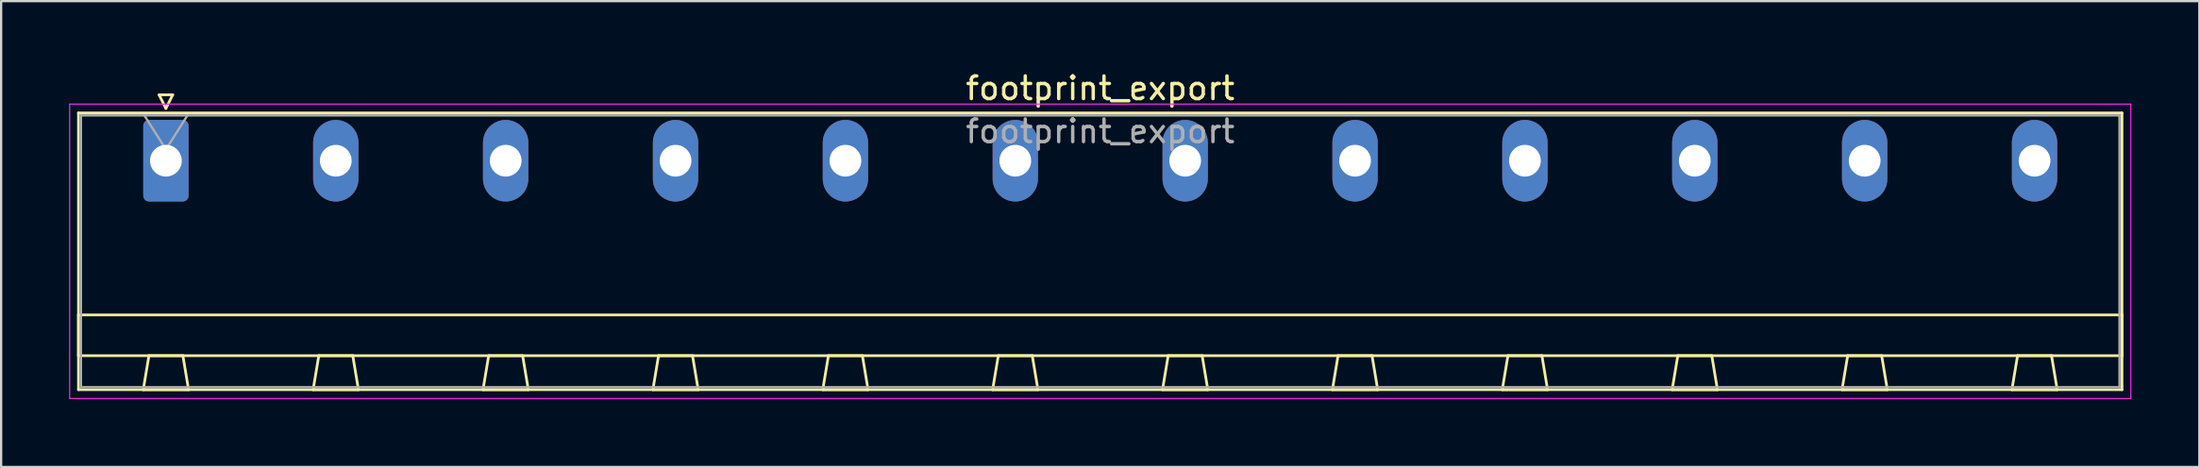
<source format=kicad_pcb>
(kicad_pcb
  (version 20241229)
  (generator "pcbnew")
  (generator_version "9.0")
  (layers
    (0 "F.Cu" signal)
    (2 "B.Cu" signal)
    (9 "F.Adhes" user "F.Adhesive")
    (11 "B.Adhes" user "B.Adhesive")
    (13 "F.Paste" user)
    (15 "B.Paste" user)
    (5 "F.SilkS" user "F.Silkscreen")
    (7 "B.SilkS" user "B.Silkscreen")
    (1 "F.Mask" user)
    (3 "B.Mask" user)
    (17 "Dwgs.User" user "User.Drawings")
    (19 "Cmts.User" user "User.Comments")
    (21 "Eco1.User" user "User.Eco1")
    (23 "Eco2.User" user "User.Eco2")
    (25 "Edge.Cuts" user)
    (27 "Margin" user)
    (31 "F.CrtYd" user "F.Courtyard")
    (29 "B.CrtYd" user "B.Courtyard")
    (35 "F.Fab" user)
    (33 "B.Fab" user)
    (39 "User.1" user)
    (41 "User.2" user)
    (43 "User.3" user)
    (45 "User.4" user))
  (footprint "footprint_export"
    (layer "F.Cu")
    (at 4.275 4.048)
    (property "Reference" "footprint_export" (at 41.25 -3.2 0) (layer "F.SilkS") (effects (font (size 1 1) (thickness 0.15))))
    (attr through_hole)
    (fp_line (start -3.86 -2.11) (end -3.86 10.11) (stroke (width 0.12) (type solid)) (layer "F.SilkS"))
    (fp_line (start -3.86 6.81) (end 86.36 6.81) (stroke (width 0.12) (type solid)) (layer "F.SilkS"))
    (fp_line (start -3.86 8.61) (end -3.86 6.81) (stroke (width 0.12) (type solid)) (layer "F.SilkS"))
    (fp_line (start -3.86 10.11) (end 86.36 10.11) (stroke (width 0.12) (type solid)) (layer "F.SilkS"))
    (fp_line (start -1 10.11) (end 1 10.11) (stroke (width 0.12) (type solid)) (layer "F.SilkS"))
    (fp_line (start -0.75 8.61) (end -1 10.11) (stroke (width 0.12) (type solid)) (layer "F.SilkS"))
    (fp_line (start -0.3 -2.91) (end 0.3 -2.91) (stroke (width 0.12) (type solid)) (layer "F.SilkS"))
    (fp_line (start 0 -2.31) (end -0.3 -2.91) (stroke (width 0.12) (type solid)) (layer "F.SilkS"))
    (fp_line (start 0.3 -2.91) (end 0 -2.31) (stroke (width 0.12) (type solid)) (layer "F.SilkS"))
    (fp_line (start 0.75 8.61) (end -0.75 8.61) (stroke (width 0.12) (type solid)) (layer "F.SilkS"))
    (fp_line (start 1 10.11) (end 0.75 8.61) (stroke (width 0.12) (type solid)) (layer "F.SilkS"))
    (fp_line (start 6.5 10.11) (end 8.5 10.11) (stroke (width 0.12) (type solid)) (layer "F.SilkS"))
    (fp_line (start 6.75 8.61) (end 6.5 10.11) (stroke (width 0.12) (type solid)) (layer "F.SilkS"))
    (fp_line (start 8.25 8.61) (end 6.75 8.61) (stroke (width 0.12) (type solid)) (layer "F.SilkS"))
    (fp_line (start 8.5 10.11) (end 8.25 8.61) (stroke (width 0.12) (type solid)) (layer "F.SilkS"))
    (fp_line (start 14 10.11) (end 16 10.11) (stroke (width 0.12) (type solid)) (layer "F.SilkS"))
    (fp_line (start 14.25 8.61) (end 14 10.11) (stroke (width 0.12) (type solid)) (layer "F.SilkS"))
    (fp_line (start 15.75 8.61) (end 14.25 8.61) (stroke (width 0.12) (type solid)) (layer "F.SilkS"))
    (fp_line (start 16 10.11) (end 15.75 8.61) (stroke (width 0.12) (type solid)) (layer "F.SilkS"))
    (fp_line (start 21.5 10.11) (end 23.5 10.11) (stroke (width 0.12) (type solid)) (layer "F.SilkS"))
    (fp_line (start 21.75 8.61) (end 21.5 10.11) (stroke (width 0.12) (type solid)) (layer "F.SilkS"))
    (fp_line (start 23.25 8.61) (end 21.75 8.61) (stroke (width 0.12) (type solid)) (layer "F.SilkS"))
    (fp_line (start 23.5 10.11) (end 23.25 8.61) (stroke (width 0.12) (type solid)) (layer "F.SilkS"))
    (fp_line (start 29 10.11) (end 31 10.11) (stroke (width 0.12) (type solid)) (layer "F.SilkS"))
    (fp_line (start 29.25 8.61) (end 29 10.11) (stroke (width 0.12) (type solid)) (layer "F.SilkS"))
    (fp_line (start 30.75 8.61) (end 29.25 8.61) (stroke (width 0.12) (type solid)) (layer "F.SilkS"))
    (fp_line (start 31 10.11) (end 30.75 8.61) (stroke (width 0.12) (type solid)) (layer "F.SilkS"))
    (fp_line (start 36.5 10.11) (end 38.5 10.11) (stroke (width 0.12) (type solid)) (layer "F.SilkS"))
    (fp_line (start 36.75 8.61) (end 36.5 10.11) (stroke (width 0.12) (type solid)) (layer "F.SilkS"))
    (fp_line (start 38.25 8.61) (end 36.75 8.61) (stroke (width 0.12) (type solid)) (layer "F.SilkS"))
    (fp_line (start 38.5 10.11) (end 38.25 8.61) (stroke (width 0.12) (type solid)) (layer "F.SilkS"))
    (fp_line (start 44 10.11) (end 46 10.11) (stroke (width 0.12) (type solid)) (layer "F.SilkS"))
    (fp_line (start 44.25 8.61) (end 44 10.11) (stroke (width 0.12) (type solid)) (layer "F.SilkS"))
    (fp_line (start 45.75 8.61) (end 44.25 8.61) (stroke (width 0.12) (type solid)) (layer "F.SilkS"))
    (fp_line (start 46 10.11) (end 45.75 8.61) (stroke (width 0.12) (type solid)) (layer "F.SilkS"))
    (fp_line (start 51.5 10.11) (end 53.5 10.11) (stroke (width 0.12) (type solid)) (layer "F.SilkS"))
    (fp_line (start 51.75 8.61) (end 51.5 10.11) (stroke (width 0.12) (type solid)) (layer "F.SilkS"))
    (fp_line (start 53.25 8.61) (end 51.75 8.61) (stroke (width 0.12) (type solid)) (layer "F.SilkS"))
    (fp_line (start 53.5 10.11) (end 53.25 8.61) (stroke (width 0.12) (type solid)) (layer "F.SilkS"))
    (fp_line (start 59 10.11) (end 61 10.11) (stroke (width 0.12) (type solid)) (layer "F.SilkS"))
    (fp_line (start 59.25 8.61) (end 59 10.11) (stroke (width 0.12) (type solid)) (layer "F.SilkS"))
    (fp_line (start 60.75 8.61) (end 59.25 8.61) (stroke (width 0.12) (type solid)) (layer "F.SilkS"))
    (fp_line (start 61 10.11) (end 60.75 8.61) (stroke (width 0.12) (type solid)) (layer "F.SilkS"))
    (fp_line (start 66.5 10.11) (end 68.5 10.11) (stroke (width 0.12) (type solid)) (layer "F.SilkS"))
    (fp_line (start 66.75 8.61) (end 66.5 10.11) (stroke (width 0.12) (type solid)) (layer "F.SilkS"))
    (fp_line (start 68.25 8.61) (end 66.75 8.61) (stroke (width 0.12) (type solid)) (layer "F.SilkS"))
    (fp_line (start 68.5 10.11) (end 68.25 8.61) (stroke (width 0.12) (type solid)) (layer "F.SilkS"))
    (fp_line (start 74 10.11) (end 76 10.11) (stroke (width 0.12) (type solid)) (layer "F.SilkS"))
    (fp_line (start 74.25 8.61) (end 74 10.11) (stroke (width 0.12) (type solid)) (layer "F.SilkS"))
    (fp_line (start 75.75 8.61) (end 74.25 8.61) (stroke (width 0.12) (type solid)) (layer "F.SilkS"))
    (fp_line (start 76 10.11) (end 75.75 8.61) (stroke (width 0.12) (type solid)) (layer "F.SilkS"))
    (fp_line (start 81.5 10.11) (end 83.5 10.11) (stroke (width 0.12) (type solid)) (layer "F.SilkS"))
    (fp_line (start 81.75 8.61) (end 81.5 10.11) (stroke (width 0.12) (type solid)) (layer "F.SilkS"))
    (fp_line (start 83.25 8.61) (end 81.75 8.61) (stroke (width 0.12) (type solid)) (layer "F.SilkS"))
    (fp_line (start 83.5 10.11) (end 83.25 8.61) (stroke (width 0.12) (type solid)) (layer "F.SilkS"))
    (fp_line (start 86.36 -2.11) (end -3.86 -2.11) (stroke (width 0.12) (type solid)) (layer "F.SilkS"))
    (fp_line (start 86.36 6.81) (end 86.36 8.61) (stroke (width 0.12) (type solid)) (layer "F.SilkS"))
    (fp_line (start 86.36 8.61) (end -3.86 8.61) (stroke (width 0.12) (type solid)) (layer "F.SilkS"))
    (fp_line (start 86.36 10.11) (end 86.36 -2.11) (stroke (width 0.12) (type solid)) (layer "F.SilkS"))
    (fp_line (start -4.25 -2.5) (end -4.25 10.5) (stroke (width 0.05) (type solid)) (layer "F.CrtYd"))
    (fp_line (start -4.25 10.5) (end 86.75 10.5) (stroke (width 0.05) (type solid)) (layer "F.CrtYd"))
    (fp_line (start 86.75 -2.5) (end -4.25 -2.5) (stroke (width 0.05) (type solid)) (layer "F.CrtYd"))
    (fp_line (start 86.75 10.5) (end 86.75 -2.5) (stroke (width 0.05) (type solid)) (layer "F.CrtYd"))
    (fp_line (start -3.75 -2) (end -3.75 10) (stroke (width 0.1) (type solid)) (layer "F.Fab"))
    (fp_line (start -3.75 10) (end 86.25 10) (stroke (width 0.1) (type solid)) (layer "F.Fab"))
    (fp_line (start 0 -0.5) (end -0.95 -2) (stroke (width 0.1) (type solid)) (layer "F.Fab"))
    (fp_line (start 0.95 -2) (end 0 -0.5) (stroke (width 0.1) (type solid)) (layer "F.Fab"))
    (fp_line (start 86.25 -2) (end -3.75 -2) (stroke (width 0.1) (type solid)) (layer "F.Fab"))
    (fp_line (start 86.25 10) (end 86.25 -2) (stroke (width 0.1) (type solid)) (layer "F.Fab"))
    (fp_text user "${REFERENCE}" (at 41.25 -1.3 0) (layer "F.Fab") (effects (font (size 1 1) (thickness 0.15))))
    (pad "1" thru_hole roundrect (at 0 0) (size 2 3.6) (drill 1.4) (layers "*.Cu" "*.Mask") (roundrect_rratio 0.125))
    (pad "2" thru_hole oval (at 7.5 0) (size 2 3.6) (drill 1.4) (layers "*.Cu" "*.Mask"))
    (pad "3" thru_hole oval (at 15 0) (size 2 3.6) (drill 1.4) (layers "*.Cu" "*.Mask"))
    (pad "4" thru_hole oval (at 22.5 0) (size 2 3.6) (drill 1.4) (layers "*.Cu" "*.Mask"))
    (pad "5" thru_hole oval (at 30 0) (size 2 3.6) (drill 1.4) (layers "*.Cu" "*.Mask"))
    (pad "6" thru_hole oval (at 37.5 0) (size 2 3.6) (drill 1.4) (layers "*.Cu" "*.Mask"))
    (pad "7" thru_hole oval (at 45 0) (size 2 3.6) (drill 1.4) (layers "*.Cu" "*.Mask"))
    (pad "8" thru_hole oval (at 52.5 0) (size 2 3.6) (drill 1.4) (layers "*.Cu" "*.Mask"))
    (pad "9" thru_hole oval (at 60 0) (size 2 3.6) (drill 1.4) (layers "*.Cu" "*.Mask"))
    (pad "10" thru_hole oval (at 67.5 0) (size 2 3.6) (drill 1.4) (layers "*.Cu" "*.Mask"))
    (pad "11" thru_hole oval (at 75 0) (size 2 3.6) (drill 1.4) (layers "*.Cu" "*.Mask"))
    (pad "12" thru_hole oval (at 82.5 0) (size 2 3.6) (drill 1.4) (layers "*.Cu" "*.Mask")))
  (gr_rect
    (start -3 -3)
    (end 94.05 17.573)
    (stroke (width 0.1) (type default))
    (fill no)
    (layer "Edge.Cuts")))
</source>
